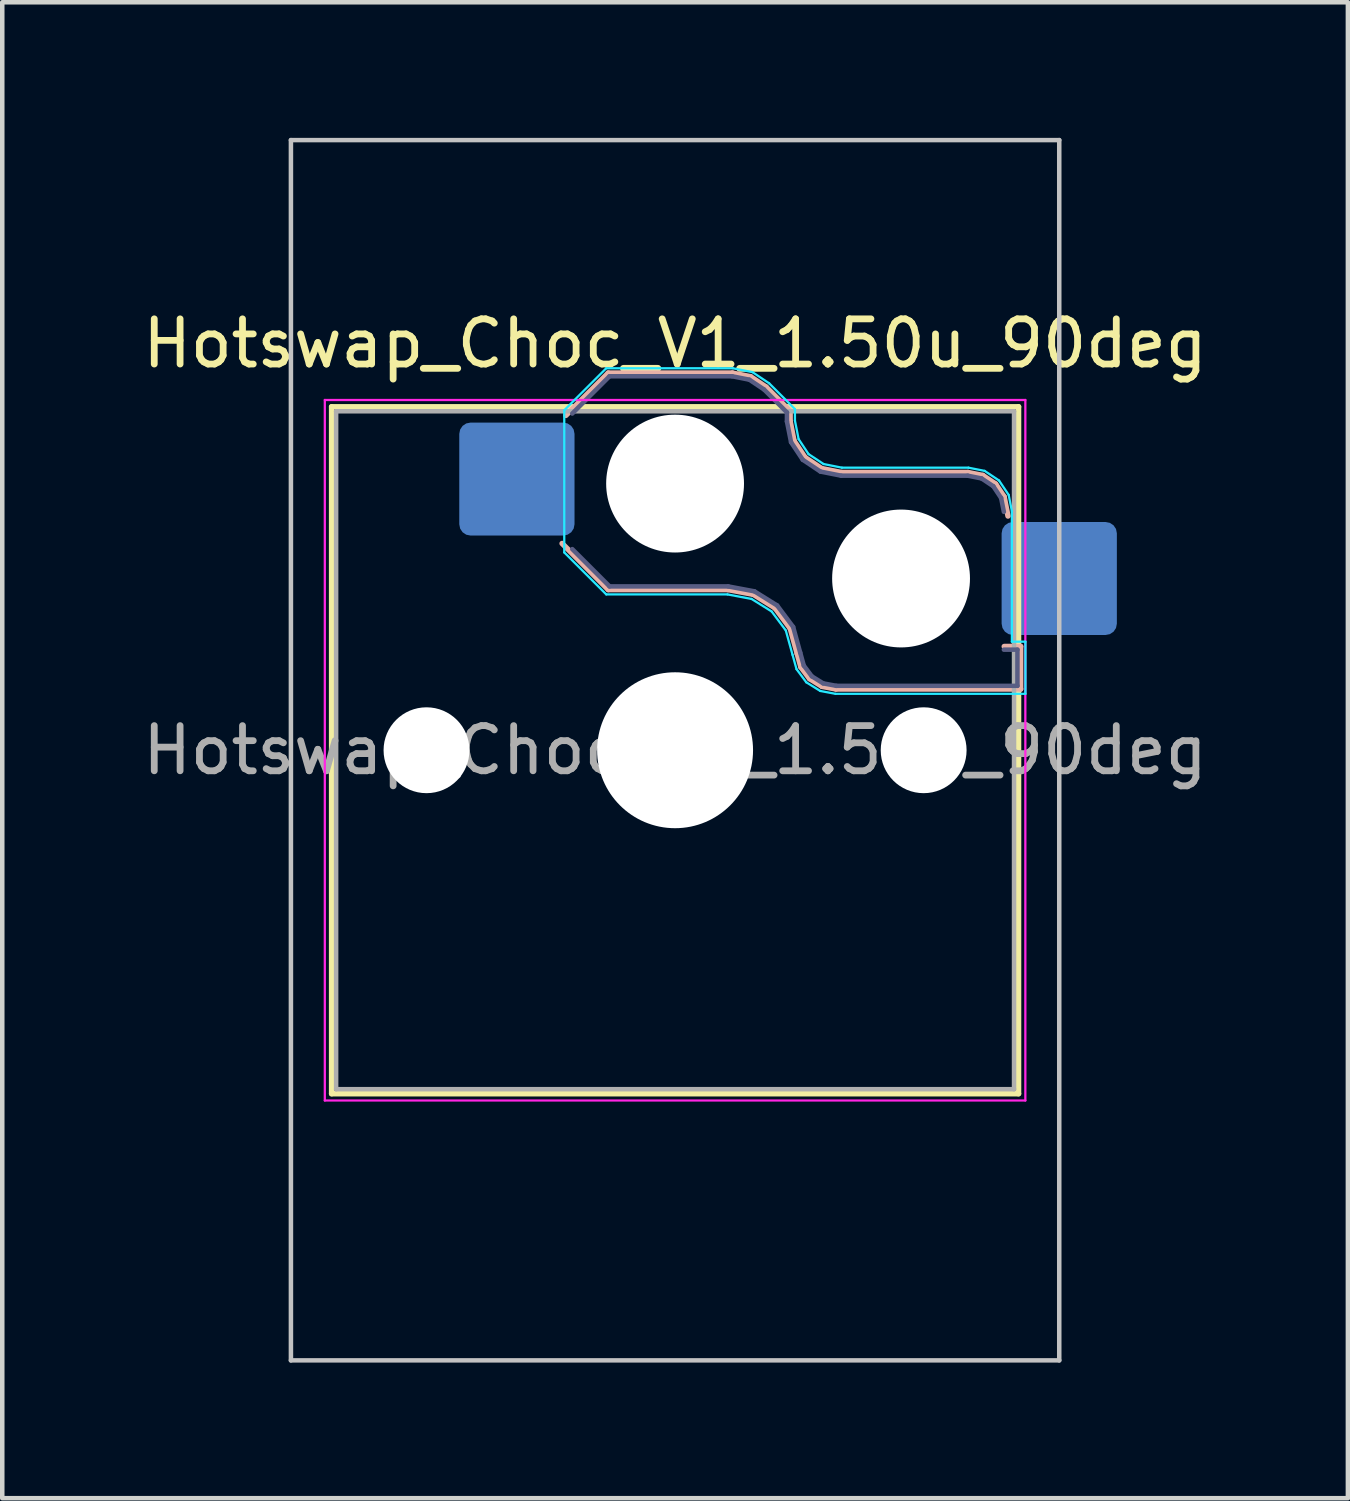
<source format=kicad_pcb>
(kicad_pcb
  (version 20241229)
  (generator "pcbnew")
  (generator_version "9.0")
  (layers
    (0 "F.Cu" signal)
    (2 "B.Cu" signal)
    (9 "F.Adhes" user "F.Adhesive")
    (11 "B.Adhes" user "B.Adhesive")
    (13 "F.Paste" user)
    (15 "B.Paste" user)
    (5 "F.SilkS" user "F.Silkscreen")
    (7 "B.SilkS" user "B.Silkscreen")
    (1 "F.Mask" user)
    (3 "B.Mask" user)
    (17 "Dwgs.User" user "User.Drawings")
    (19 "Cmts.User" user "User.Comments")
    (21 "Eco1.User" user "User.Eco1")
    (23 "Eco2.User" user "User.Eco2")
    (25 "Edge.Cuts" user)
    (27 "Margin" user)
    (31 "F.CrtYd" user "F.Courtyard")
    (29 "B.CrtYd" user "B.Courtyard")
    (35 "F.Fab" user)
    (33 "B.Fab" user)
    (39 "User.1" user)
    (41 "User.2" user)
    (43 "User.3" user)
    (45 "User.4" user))
  (footprint "Hotswap_Choc_V1_1.50u_90deg"
    (layer "F.Cu")
    (at 11.887 13.55)
    (property "Reference" "Hotswap_Choc_V1_1.50u_90deg" (at 0 -9 0) (layer "F.SilkS") (effects (font (size 1 1) (thickness 0.15))))
    (attr smd)
    (fp_line (start -7.6 -7.6) (end -7.6 7.6) (stroke (width 0.12) (type solid)) (layer "F.SilkS"))
    (fp_line (start -7.6 7.6) (end 7.6 7.6) (stroke (width 0.12) (type solid)) (layer "F.SilkS"))
    (fp_line (start 7.6 -7.6) (end -7.6 -7.6) (stroke (width 0.12) (type solid)) (layer "F.SilkS"))
    (fp_line (start 7.6 7.6) (end 7.6 -7.6) (stroke (width 0.12) (type solid)) (layer "F.SilkS"))
    (fp_line (start -2.416 -7.409) (end -1.479 -8.346) (stroke (width 0.12) (type solid)) (layer "B.SilkS"))
    (fp_line (start -1.479 -8.346) (end 1.268 -8.346) (stroke (width 0.12) (type solid)) (layer "B.SilkS"))
    (fp_line (start -1.479 -3.554) (end -2.5 -4.575) (stroke (width 0.12) (type solid)) (layer "B.SilkS"))
    (fp_line (start 1.168 -3.554) (end -1.479 -3.554) (stroke (width 0.12) (type solid)) (layer "B.SilkS"))
    (fp_line (start 1.268 -8.346) (end 1.671 -8.266) (stroke (width 0.12) (type solid)) (layer "B.SilkS"))
    (fp_line (start 1.671 -8.266) (end 2.013 -8.037) (stroke (width 0.12) (type solid)) (layer "B.SilkS"))
    (fp_line (start 1.73 -3.449) (end 1.168 -3.554) (stroke (width 0.12) (type solid)) (layer "B.SilkS"))
    (fp_line (start 2.013 -8.037) (end 2.546 -7.504) (stroke (width 0.12) (type solid)) (layer "B.SilkS"))
    (fp_line (start 2.209 -3.15) (end 1.73 -3.449) (stroke (width 0.12) (type solid)) (layer "B.SilkS"))
    (fp_line (start 2.546 -7.504) (end 2.546 -7.282) (stroke (width 0.12) (type solid)) (layer "B.SilkS"))
    (fp_line (start 2.546 -7.282) (end 2.633 -6.844) (stroke (width 0.12) (type solid)) (layer "B.SilkS"))
    (fp_line (start 2.547 -2.697) (end 2.209 -3.15) (stroke (width 0.12) (type solid)) (layer "B.SilkS"))
    (fp_line (start 2.633 -6.844) (end 2.877 -6.477) (stroke (width 0.12) (type solid)) (layer "B.SilkS"))
    (fp_line (start 2.701 -2.139) (end 2.547 -2.697) (stroke (width 0.12) (type solid)) (layer "B.SilkS"))
    (fp_line (start 2.783 -1.841) (end 2.701 -2.139) (stroke (width 0.12) (type solid)) (layer "B.SilkS"))
    (fp_line (start 2.877 -6.477) (end 3.244 -6.233) (stroke (width 0.12) (type solid)) (layer "B.SilkS"))
    (fp_line (start 2.976 -1.583) (end 2.783 -1.841) (stroke (width 0.12) (type solid)) (layer "B.SilkS"))
    (fp_line (start 3.244 -6.233) (end 3.682 -6.146) (stroke (width 0.12) (type solid)) (layer "B.SilkS"))
    (fp_line (start 3.25 -1.413) (end 2.976 -1.583) (stroke (width 0.12) (type solid)) (layer "B.SilkS"))
    (fp_line (start 3.56 -1.354) (end 3.25 -1.413) (stroke (width 0.12) (type solid)) (layer "B.SilkS"))
    (fp_line (start 3.682 -6.146) (end 6.482 -6.146) (stroke (width 0.12) (type solid)) (layer "B.SilkS"))
    (fp_line (start 6.482 -6.146) (end 6.809 -6.081) (stroke (width 0.12) (type solid)) (layer "B.SilkS"))
    (fp_line (start 6.809 -6.081) (end 7.092 -5.892) (stroke (width 0.12) (type solid)) (layer "B.SilkS"))
    (fp_line (start 7.092 -5.892) (end 7.281 -5.609) (stroke (width 0.12) (type solid)) (layer "B.SilkS"))
    (fp_line (start 7.281 -5.609) (end 7.366 -5.182) (stroke (width 0.12) (type solid)) (layer "B.SilkS"))
    (fp_line (start 7.283 -2.296) (end 7.646 -2.296) (stroke (width 0.12) (type solid)) (layer "B.SilkS"))
    (fp_line (start 7.646 -2.296) (end 7.646 -1.354) (stroke (width 0.12) (type solid)) (layer "B.SilkS"))
    (fp_line (start 7.646 -1.354) (end 3.56 -1.354) (stroke (width 0.12) (type solid)) (layer "B.SilkS"))
    (fp_line (start -8.5 -13.5) (end 8.5 -13.5) (stroke (width 0.1) (type solid)) (layer "Dwgs.User"))
    (fp_line (start -8.5 13.5) (end -8.5 -13.5) (stroke (width 0.1) (type solid)) (layer "Dwgs.User"))
    (fp_line (start 8.5 -13.5) (end 8.5 13.5) (stroke (width 0.1) (type solid)) (layer "Dwgs.User"))
    (fp_line (start 8.5 13.5) (end -8.5 13.5) (stroke (width 0.1) (type solid)) (layer "Dwgs.User"))
    (fp_line (start -7.25 -7.25) (end -7.25 7.25) (stroke (width 0.1) (type solid)) (layer "Eco1.User"))
    (fp_line (start -7.25 7.25) (end 7.25 7.25) (stroke (width 0.1) (type solid)) (layer "Eco1.User"))
    (fp_line (start 7.25 -7.25) (end -7.25 -7.25) (stroke (width 0.1) (type solid)) (layer "Eco1.User"))
    (fp_line (start 7.25 7.25) (end 7.25 -7.25) (stroke (width 0.1) (type solid)) (layer "Eco1.User"))
    (fp_line (start -2.452 -7.523) (end -1.523 -8.452) (stroke (width 0.05) (type solid)) (layer "B.CrtYd"))
    (fp_line (start -2.452 -4.377) (end -2.452 -7.523) (stroke (width 0.05) (type solid)) (layer "B.CrtYd"))
    (fp_line (start -1.523 -8.452) (end 1.278 -8.452) (stroke (width 0.05) (type solid)) (layer "B.CrtYd"))
    (fp_line (start -1.523 -3.448) (end -2.452 -4.377) (stroke (width 0.05) (type solid)) (layer "B.CrtYd"))
    (fp_line (start 1.159 -3.448) (end -1.523 -3.448) (stroke (width 0.05) (type solid)) (layer "B.CrtYd"))
    (fp_line (start 1.278 -8.452) (end 1.712 -8.366) (stroke (width 0.05) (type solid)) (layer "B.CrtYd"))
    (fp_line (start 1.691 -3.348) (end 1.159 -3.448) (stroke (width 0.05) (type solid)) (layer "B.CrtYd"))
    (fp_line (start 1.712 -8.366) (end 2.081 -8.119) (stroke (width 0.05) (type solid)) (layer "B.CrtYd"))
    (fp_line (start 2.081 -8.119) (end 2.652 -7.548) (stroke (width 0.05) (type solid)) (layer "B.CrtYd"))
    (fp_line (start 2.136 -3.071) (end 1.691 -3.348) (stroke (width 0.05) (type solid)) (layer "B.CrtYd"))
    (fp_line (start 2.45 -2.65) (end 2.136 -3.071) (stroke (width 0.05) (type solid)) (layer "B.CrtYd"))
    (fp_line (start 2.599 -2.111) (end 2.45 -2.65) (stroke (width 0.05) (type solid)) (layer "B.CrtYd"))
    (fp_line (start 2.652 -7.548) (end 2.652 -7.292) (stroke (width 0.05) (type solid)) (layer "B.CrtYd"))
    (fp_line (start 2.652 -7.292) (end 2.733 -6.885) (stroke (width 0.05) (type solid)) (layer "B.CrtYd"))
    (fp_line (start 2.687 -1.794) (end 2.599 -2.111) (stroke (width 0.05) (type solid)) (layer "B.CrtYd"))
    (fp_line (start 2.733 -6.885) (end 2.953 -6.553) (stroke (width 0.05) (type solid)) (layer "B.CrtYd"))
    (fp_line (start 2.903 -1.503) (end 2.687 -1.794) (stroke (width 0.05) (type solid)) (layer "B.CrtYd"))
    (fp_line (start 2.953 -6.553) (end 3.285 -6.333) (stroke (width 0.05) (type solid)) (layer "B.CrtYd"))
    (fp_line (start 3.211 -1.312) (end 2.903 -1.503) (stroke (width 0.05) (type solid)) (layer "B.CrtYd"))
    (fp_line (start 3.285 -6.333) (end 3.692 -6.252) (stroke (width 0.05) (type solid)) (layer "B.CrtYd"))
    (fp_line (start 3.55 -1.248) (end 3.211 -1.312) (stroke (width 0.05) (type solid)) (layer "B.CrtYd"))
    (fp_line (start 3.692 -6.252) (end 6.492 -6.252) (stroke (width 0.05) (type solid)) (layer "B.CrtYd"))
    (fp_line (start 6.492 -6.252) (end 6.85 -6.181) (stroke (width 0.05) (type solid)) (layer "B.CrtYd"))
    (fp_line (start 6.85 -6.181) (end 7.168 -5.968) (stroke (width 0.05) (type solid)) (layer "B.CrtYd"))
    (fp_line (start 7.168 -5.968) (end 7.381 -5.65) (stroke (width 0.05) (type solid)) (layer "B.CrtYd"))
    (fp_line (start 7.381 -5.65) (end 7.452 -5.292) (stroke (width 0.05) (type solid)) (layer "B.CrtYd"))
    (fp_line (start 7.452 -5.292) (end 7.452 -2.402) (stroke (width 0.05) (type solid)) (layer "B.CrtYd"))
    (fp_line (start 7.452 -2.402) (end 7.752 -2.402) (stroke (width 0.05) (type solid)) (layer "B.CrtYd"))
    (fp_line (start 7.752 -2.402) (end 7.752 -1.248) (stroke (width 0.05) (type solid)) (layer "B.CrtYd"))
    (fp_line (start 7.752 -1.248) (end 3.55 -1.248) (stroke (width 0.05) (type solid)) (layer "B.CrtYd"))
    (fp_line (start -7.75 -7.75) (end -7.75 7.75) (stroke (width 0.05) (type solid)) (layer "F.CrtYd"))
    (fp_line (start -7.75 7.75) (end 7.75 7.75) (stroke (width 0.05) (type solid)) (layer "F.CrtYd"))
    (fp_line (start 7.75 -7.75) (end -7.75 -7.75) (stroke (width 0.05) (type solid)) (layer "F.CrtYd"))
    (fp_line (start 7.75 7.75) (end 7.75 -7.75) (stroke (width 0.05) (type solid)) (layer "F.CrtYd"))
    (fp_line (start -2.275 -7.45) (end -1.45 -8.275) (stroke (width 0.1) (type solid)) (layer "B.Fab"))
    (fp_line (start -1.45 -8.275) (end 1.261 -8.275) (stroke (width 0.1) (type solid)) (layer "B.Fab"))
    (fp_line (start -1.45 -3.625) (end -2.275 -4.45) (stroke (width 0.1) (type solid)) (layer "B.Fab"))
    (fp_line (start 1.175 -3.625) (end -1.45 -3.625) (stroke (width 0.1) (type solid)) (layer "B.Fab"))
    (fp_line (start 1.261 -8.275) (end 1.643 -8.199) (stroke (width 0.1) (type solid)) (layer "B.Fab"))
    (fp_line (start 1.643 -8.199) (end 1.968 -7.982) (stroke (width 0.1) (type solid)) (layer "B.Fab"))
    (fp_line (start 1.756 -3.516) (end 1.175 -3.625) (stroke (width 0.1) (type solid)) (layer "B.Fab"))
    (fp_line (start 1.968 -7.982) (end 2.475 -7.475) (stroke (width 0.1) (type solid)) (layer "B.Fab"))
    (fp_line (start 2.258 -3.203) (end 1.756 -3.516) (stroke (width 0.1) (type solid)) (layer "B.Fab"))
    (fp_line (start 2.475 -7.475) (end 2.475 -7.275) (stroke (width 0.1) (type solid)) (layer "B.Fab"))
    (fp_line (start 2.475 -7.275) (end 2.566 -6.816) (stroke (width 0.1) (type solid)) (layer "B.Fab"))
    (fp_line (start 2.566 -6.816) (end 2.826 -6.426) (stroke (width 0.1) (type solid)) (layer "B.Fab"))
    (fp_line (start 2.612 -2.729) (end 2.258 -3.203) (stroke (width 0.1) (type solid)) (layer "B.Fab"))
    (fp_line (start 2.769 -2.158) (end 2.612 -2.729) (stroke (width 0.1) (type solid)) (layer "B.Fab"))
    (fp_line (start 2.826 -6.426) (end 3.216 -6.166) (stroke (width 0.1) (type solid)) (layer "B.Fab"))
    (fp_line (start 2.848 -1.873) (end 2.769 -2.158) (stroke (width 0.1) (type solid)) (layer "B.Fab"))
    (fp_line (start 3.025 -1.636) (end 2.848 -1.873) (stroke (width 0.1) (type solid)) (layer "B.Fab"))
    (fp_line (start 3.216 -6.166) (end 3.675 -6.075) (stroke (width 0.1) (type solid)) (layer "B.Fab"))
    (fp_line (start 3.276 -1.48) (end 3.025 -1.636) (stroke (width 0.1) (type solid)) (layer "B.Fab"))
    (fp_line (start 3.567 -1.425) (end 3.276 -1.48) (stroke (width 0.1) (type solid)) (layer "B.Fab"))
    (fp_line (start 3.675 -6.075) (end 6.475 -6.075) (stroke (width 0.1) (type solid)) (layer "B.Fab"))
    (fp_line (start 6.475 -6.075) (end 6.781 -6.014) (stroke (width 0.1) (type solid)) (layer "B.Fab"))
    (fp_line (start 6.781 -6.014) (end 7.041 -5.841) (stroke (width 0.1) (type solid)) (layer "B.Fab"))
    (fp_line (start 7.041 -5.841) (end 7.214 -5.581) (stroke (width 0.1) (type solid)) (layer "B.Fab"))
    (fp_line (start 7.214 -5.581) (end 7.275 -5.275) (stroke (width 0.1) (type solid)) (layer "B.Fab"))
    (fp_line (start 7.275 -2.225) (end 7.575 -2.225) (stroke (width 0.1) (type solid)) (layer "B.Fab"))
    (fp_line (start 7.575 -2.225) (end 7.575 -1.425) (stroke (width 0.1) (type solid)) (layer "B.Fab"))
    (fp_line (start 7.575 -1.425) (end 3.567 -1.425) (stroke (width 0.1) (type solid)) (layer "B.Fab"))
    (fp_line (start -7.5 -7.5) (end -7.5 7.5) (stroke (width 0.1) (type solid)) (layer "F.Fab"))
    (fp_line (start -7.5 7.5) (end 7.5 7.5) (stroke (width 0.1) (type solid)) (layer "F.Fab"))
    (fp_line (start 7.5 -7.5) (end -7.5 -7.5) (stroke (width 0.1) (type solid)) (layer "F.Fab"))
    (fp_line (start 7.5 7.5) (end 7.5 -7.5) (stroke (width 0.1) (type solid)) (layer "F.Fab"))
    (fp_text user "${REFERENCE}" (at 0 0 0) (layer "F.Fab") (effects (font (size 1 1) (thickness 0.15))))
    (pad "" np_thru_hole circle (at -5.5 0) (size 1.9 1.9) (drill 1.9) (layers "*.Cu" "*.Mask"))
    (pad "" np_thru_hole circle (at 0 -5.9) (size 3.05 3.05) (drill 3.05) (layers "*.Cu" "*.Mask"))
    (pad "" np_thru_hole circle (at 0 0) (size 3.45 3.45) (drill 3.45) (layers "*.Cu" "*.Mask"))
    (pad "" np_thru_hole circle (at 5 -3.8) (size 3.05 3.05) (drill 3.05) (layers "*.Cu" "*.Mask"))
    (pad "" np_thru_hole circle (at 5.5 0) (size 1.9 1.9) (drill 1.9) (layers "*.Cu" "*.Mask"))
    (pad "1" smd roundrect (at -3.5 -6) (size 2.55 2.5) (layers "B.Cu" "B.Mask" "B.Paste") (roundrect_rratio 0.1))
    (pad "2" smd roundrect (at 8.5 -3.8) (size 2.55 2.5) (layers "B.Cu" "B.Mask" "B.Paste") (roundrect_rratio 0.1)))
  (gr_rect
    (start -3 -3)
    (end 26.774 30.1)
    (stroke (width 0.1) (type default))
    (fill no)
    (layer "Edge.Cuts")))
</source>
